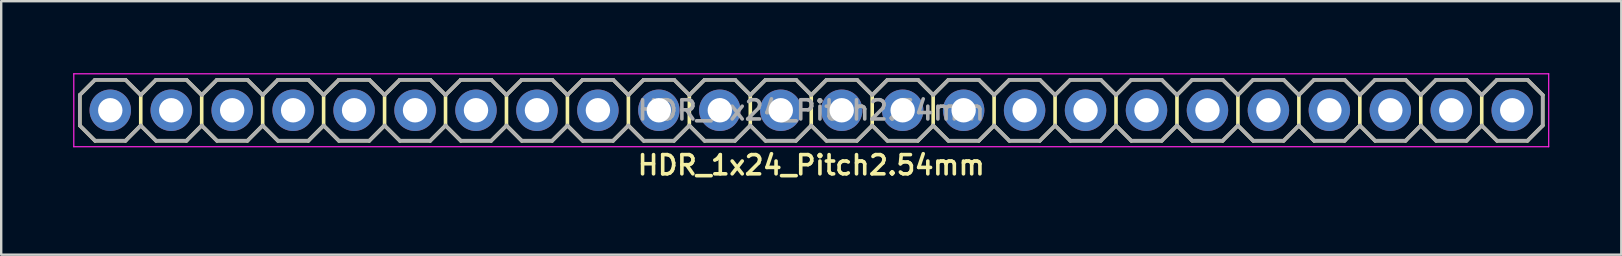
<source format=kicad_pcb>
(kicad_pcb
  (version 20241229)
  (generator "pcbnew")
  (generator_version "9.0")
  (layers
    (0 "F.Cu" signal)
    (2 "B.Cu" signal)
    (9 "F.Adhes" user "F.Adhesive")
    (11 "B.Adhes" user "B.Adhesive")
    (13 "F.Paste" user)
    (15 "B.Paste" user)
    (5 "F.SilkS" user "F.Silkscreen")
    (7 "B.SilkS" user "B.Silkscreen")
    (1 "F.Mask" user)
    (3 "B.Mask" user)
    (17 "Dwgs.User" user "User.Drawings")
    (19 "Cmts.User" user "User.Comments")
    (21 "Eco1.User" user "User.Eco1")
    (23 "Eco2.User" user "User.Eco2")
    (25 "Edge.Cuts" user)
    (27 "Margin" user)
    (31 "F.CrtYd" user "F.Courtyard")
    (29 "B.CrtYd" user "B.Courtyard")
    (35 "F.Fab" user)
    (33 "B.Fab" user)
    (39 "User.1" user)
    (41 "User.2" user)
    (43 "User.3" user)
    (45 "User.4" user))
  (footprint "HDR_1x24_Pitch2.54mm"
    (layer "F.Cu")
    (at 30.755 1.545)
    (property "Reference" "HDR_1x24_Pitch2.54mm" (at 0 2.286 0) (layer "F.SilkS") (effects (font (size 0.8 0.8) (thickness 0.15))))
    (attr through_hole)
    (fp_line (start -30.48 -0.635) (end -30.48 0.635) (stroke (width 0.15) (type solid)) (layer "F.SilkS"))
    (fp_line (start -30.48 0.635) (end -29.845 1.27) (stroke (width 0.15) (type solid)) (layer "F.SilkS"))
    (fp_line (start -29.845 -1.27) (end -30.48 -0.635) (stroke (width 0.15) (type solid)) (layer "F.SilkS"))
    (fp_line (start -29.845 1.27) (end -28.575 1.27) (stroke (width 0.15) (type solid)) (layer "F.SilkS"))
    (fp_line (start -28.575 -1.27) (end -29.845 -1.27) (stroke (width 0.15) (type solid)) (layer "F.SilkS"))
    (fp_line (start -28.575 1.27) (end -27.94 0.635) (stroke (width 0.15) (type solid)) (layer "F.SilkS"))
    (fp_line (start -27.94 -0.635) (end -28.575 -1.27) (stroke (width 0.15) (type solid)) (layer "F.SilkS"))
    (fp_line (start -27.94 -0.635) (end -27.94 0.635) (stroke (width 0.15) (type solid)) (layer "F.SilkS"))
    (fp_line (start -27.94 -0.635) (end -27.305 -1.27) (stroke (width 0.15) (type solid)) (layer "F.SilkS"))
    (fp_line (start -27.305 -1.27) (end -26.035 -1.27) (stroke (width 0.15) (type solid)) (layer "F.SilkS"))
    (fp_line (start -27.305 1.27) (end -27.94 0.635) (stroke (width 0.15) (type solid)) (layer "F.SilkS"))
    (fp_line (start -26.035 -1.27) (end -25.4 -0.635) (stroke (width 0.15) (type solid)) (layer "F.SilkS"))
    (fp_line (start -26.035 1.27) (end -27.305 1.27) (stroke (width 0.15) (type solid)) (layer "F.SilkS"))
    (fp_line (start -25.4 -0.635) (end -25.4 0.635) (stroke (width 0.15) (type solid)) (layer "F.SilkS"))
    (fp_line (start -25.4 -0.635) (end -24.765 -1.27) (stroke (width 0.15) (type solid)) (layer "F.SilkS"))
    (fp_line (start -25.4 0.635) (end -26.035 1.27) (stroke (width 0.15) (type solid)) (layer "F.SilkS"))
    (fp_line (start -24.765 -1.27) (end -23.495 -1.27) (stroke (width 0.15) (type solid)) (layer "F.SilkS"))
    (fp_line (start -24.765 1.27) (end -25.4 0.635) (stroke (width 0.15) (type solid)) (layer "F.SilkS"))
    (fp_line (start -23.495 -1.27) (end -22.86 -0.635) (stroke (width 0.15) (type solid)) (layer "F.SilkS"))
    (fp_line (start -23.495 1.27) (end -24.765 1.27) (stroke (width 0.15) (type solid)) (layer "F.SilkS"))
    (fp_line (start -22.86 -0.635) (end -22.86 0.635) (stroke (width 0.15) (type solid)) (layer "F.SilkS"))
    (fp_line (start -22.86 -0.635) (end -22.225 -1.27) (stroke (width 0.15) (type solid)) (layer "F.SilkS"))
    (fp_line (start -22.86 0.635) (end -23.495 1.27) (stroke (width 0.15) (type solid)) (layer "F.SilkS"))
    (fp_line (start -22.225 -1.27) (end -20.955 -1.27) (stroke (width 0.15) (type solid)) (layer "F.SilkS"))
    (fp_line (start -22.225 1.27) (end -22.86 0.635) (stroke (width 0.15) (type solid)) (layer "F.SilkS"))
    (fp_line (start -20.955 -1.27) (end -20.32 -0.635) (stroke (width 0.15) (type solid)) (layer "F.SilkS"))
    (fp_line (start -20.955 1.27) (end -22.225 1.27) (stroke (width 0.15) (type solid)) (layer "F.SilkS"))
    (fp_line (start -20.32 -0.635) (end -20.32 0.635) (stroke (width 0.15) (type solid)) (layer "F.SilkS"))
    (fp_line (start -20.32 -0.635) (end -19.685 -1.27) (stroke (width 0.15) (type solid)) (layer "F.SilkS"))
    (fp_line (start -20.32 0.635) (end -20.955 1.27) (stroke (width 0.15) (type solid)) (layer "F.SilkS"))
    (fp_line (start -19.685 -1.27) (end -18.415 -1.27) (stroke (width 0.15) (type solid)) (layer "F.SilkS"))
    (fp_line (start -19.685 1.27) (end -20.32 0.635) (stroke (width 0.15) (type solid)) (layer "F.SilkS"))
    (fp_line (start -18.415 -1.27) (end -17.78 -0.635) (stroke (width 0.15) (type solid)) (layer "F.SilkS"))
    (fp_line (start -18.415 1.27) (end -19.685 1.27) (stroke (width 0.15) (type solid)) (layer "F.SilkS"))
    (fp_line (start -17.78 -0.635) (end -17.78 0.635) (stroke (width 0.15) (type solid)) (layer "F.SilkS"))
    (fp_line (start -17.78 -0.635) (end -17.145 -1.27) (stroke (width 0.15) (type solid)) (layer "F.SilkS"))
    (fp_line (start -17.78 0.635) (end -18.415 1.27) (stroke (width 0.15) (type solid)) (layer "F.SilkS"))
    (fp_line (start -17.145 -1.27) (end -15.875 -1.27) (stroke (width 0.15) (type solid)) (layer "F.SilkS"))
    (fp_line (start -17.145 1.27) (end -17.78 0.635) (stroke (width 0.15) (type solid)) (layer "F.SilkS"))
    (fp_line (start -15.875 -1.27) (end -15.24 -0.635) (stroke (width 0.15) (type solid)) (layer "F.SilkS"))
    (fp_line (start -15.875 1.27) (end -17.145 1.27) (stroke (width 0.15) (type solid)) (layer "F.SilkS"))
    (fp_line (start -15.24 -0.635) (end -15.24 0.635) (stroke (width 0.15) (type solid)) (layer "F.SilkS"))
    (fp_line (start -15.24 -0.635) (end -14.605 -1.27) (stroke (width 0.15) (type solid)) (layer "F.SilkS"))
    (fp_line (start -15.24 0.635) (end -15.875 1.27) (stroke (width 0.15) (type solid)) (layer "F.SilkS"))
    (fp_line (start -14.605 -1.27) (end -13.335 -1.27) (stroke (width 0.15) (type solid)) (layer "F.SilkS"))
    (fp_line (start -14.605 1.27) (end -15.24 0.635) (stroke (width 0.15) (type solid)) (layer "F.SilkS"))
    (fp_line (start -13.335 -1.27) (end -12.7 -0.635) (stroke (width 0.15) (type solid)) (layer "F.SilkS"))
    (fp_line (start -13.335 1.27) (end -14.605 1.27) (stroke (width 0.15) (type solid)) (layer "F.SilkS"))
    (fp_line (start -12.7 -0.635) (end -12.7 0.635) (stroke (width 0.15) (type solid)) (layer "F.SilkS"))
    (fp_line (start -12.7 -0.635) (end -12.065 -1.27) (stroke (width 0.15) (type solid)) (layer "F.SilkS"))
    (fp_line (start -12.7 0.635) (end -13.335 1.27) (stroke (width 0.15) (type solid)) (layer "F.SilkS"))
    (fp_line (start -12.065 -1.27) (end -10.795 -1.27) (stroke (width 0.15) (type solid)) (layer "F.SilkS"))
    (fp_line (start -12.065 1.27) (end -12.7 0.635) (stroke (width 0.15) (type solid)) (layer "F.SilkS"))
    (fp_line (start -10.795 -1.27) (end -10.16 -0.635) (stroke (width 0.15) (type solid)) (layer "F.SilkS"))
    (fp_line (start -10.795 1.27) (end -12.065 1.27) (stroke (width 0.15) (type solid)) (layer "F.SilkS"))
    (fp_line (start -10.16 -0.635) (end -10.16 0.635) (stroke (width 0.15) (type solid)) (layer "F.SilkS"))
    (fp_line (start -10.16 -0.635) (end -9.525 -1.27) (stroke (width 0.15) (type solid)) (layer "F.SilkS"))
    (fp_line (start -10.16 0.635) (end -10.795 1.27) (stroke (width 0.15) (type solid)) (layer "F.SilkS"))
    (fp_line (start -9.525 -1.27) (end -8.255 -1.27) (stroke (width 0.15) (type solid)) (layer "F.SilkS"))
    (fp_line (start -9.525 1.27) (end -10.16 0.635) (stroke (width 0.15) (type solid)) (layer "F.SilkS"))
    (fp_line (start -8.255 -1.27) (end -7.62 -0.635) (stroke (width 0.15) (type solid)) (layer "F.SilkS"))
    (fp_line (start -8.255 1.27) (end -9.525 1.27) (stroke (width 0.15) (type solid)) (layer "F.SilkS"))
    (fp_line (start -7.62 -0.635) (end -7.62 0.635) (stroke (width 0.15) (type solid)) (layer "F.SilkS"))
    (fp_line (start -7.62 -0.635) (end -6.985 -1.27) (stroke (width 0.15) (type solid)) (layer "F.SilkS"))
    (fp_line (start -7.62 0.635) (end -8.255 1.27) (stroke (width 0.15) (type solid)) (layer "F.SilkS"))
    (fp_line (start -6.985 -1.27) (end -5.715 -1.27) (stroke (width 0.15) (type solid)) (layer "F.SilkS"))
    (fp_line (start -6.985 1.27) (end -7.62 0.635) (stroke (width 0.15) (type solid)) (layer "F.SilkS"))
    (fp_line (start -5.715 -1.27) (end -5.08 -0.635) (stroke (width 0.15) (type solid)) (layer "F.SilkS"))
    (fp_line (start -5.715 1.27) (end -6.985 1.27) (stroke (width 0.15) (type solid)) (layer "F.SilkS"))
    (fp_line (start -5.08 -0.635) (end -5.08 0.635) (stroke (width 0.15) (type solid)) (layer "F.SilkS"))
    (fp_line (start -5.08 -0.635) (end -4.445 -1.27) (stroke (width 0.15) (type solid)) (layer "F.SilkS"))
    (fp_line (start -5.08 0.635) (end -5.715 1.27) (stroke (width 0.15) (type solid)) (layer "F.SilkS"))
    (fp_line (start -5.08 0.635) (end -4.445 1.27) (stroke (width 0.15) (type solid)) (layer "F.SilkS"))
    (fp_line (start -4.445 -1.27) (end -3.175 -1.27) (stroke (width 0.15) (type solid)) (layer "F.SilkS"))
    (fp_line (start -4.445 1.27) (end -3.175 1.27) (stroke (width 0.15) (type solid)) (layer "F.SilkS"))
    (fp_line (start -3.175 -1.27) (end -2.54 -0.635) (stroke (width 0.15) (type solid)) (layer "F.SilkS"))
    (fp_line (start -3.175 1.27) (end -2.54 0.635) (stroke (width 0.15) (type solid)) (layer "F.SilkS"))
    (fp_line (start -2.54 -0.635) (end -2.54 0.635) (stroke (width 0.15) (type solid)) (layer "F.SilkS"))
    (fp_line (start -2.54 -0.635) (end -1.905 -1.27) (stroke (width 0.15) (type solid)) (layer "F.SilkS"))
    (fp_line (start -2.54 0.635) (end -1.905 1.27) (stroke (width 0.15) (type solid)) (layer "F.SilkS"))
    (fp_line (start -1.905 -1.27) (end -0.635 -1.27) (stroke (width 0.15) (type solid)) (layer "F.SilkS"))
    (fp_line (start -1.905 1.27) (end -0.635 1.27) (stroke (width 0.15) (type solid)) (layer "F.SilkS"))
    (fp_line (start -0.635 -1.27) (end 0 -0.635) (stroke (width 0.15) (type solid)) (layer "F.SilkS"))
    (fp_line (start -0.635 1.27) (end 0 0.635) (stroke (width 0.15) (type solid)) (layer "F.SilkS"))
    (fp_line (start 0 -0.635) (end 0 0.635) (stroke (width 0.15) (type solid)) (layer "F.SilkS"))
    (fp_line (start 0 -0.635) (end 0.635 -1.27) (stroke (width 0.15) (type solid)) (layer "F.SilkS"))
    (fp_line (start 0 0.635) (end 0.635 1.27) (stroke (width 0.15) (type solid)) (layer "F.SilkS"))
    (fp_line (start 0.635 -1.27) (end 1.905 -1.27) (stroke (width 0.15) (type solid)) (layer "F.SilkS"))
    (fp_line (start 0.635 1.27) (end 1.905 1.27) (stroke (width 0.15) (type solid)) (layer "F.SilkS"))
    (fp_line (start 1.905 -1.27) (end 2.54 -0.635) (stroke (width 0.15) (type solid)) (layer "F.SilkS"))
    (fp_line (start 1.905 1.27) (end 2.54 0.635) (stroke (width 0.15) (type solid)) (layer "F.SilkS"))
    (fp_line (start 2.54 -0.635) (end 2.54 0.635) (stroke (width 0.15) (type solid)) (layer "F.SilkS"))
    (fp_line (start 2.54 -0.635) (end 3.175 -1.27) (stroke (width 0.15) (type solid)) (layer "F.SilkS"))
    (fp_line (start 2.54 0.635) (end 3.175 1.27) (stroke (width 0.15) (type solid)) (layer "F.SilkS"))
    (fp_line (start 3.175 -1.27) (end 4.445 -1.27) (stroke (width 0.15) (type solid)) (layer "F.SilkS"))
    (fp_line (start 3.175 1.27) (end 4.445 1.27) (stroke (width 0.15) (type solid)) (layer "F.SilkS"))
    (fp_line (start 4.445 -1.27) (end 5.08 -0.635) (stroke (width 0.15) (type solid)) (layer "F.SilkS"))
    (fp_line (start 4.445 1.27) (end 5.08 0.635) (stroke (width 0.15) (type solid)) (layer "F.SilkS"))
    (fp_line (start 5.08 -0.635) (end 5.08 0.635) (stroke (width 0.15) (type solid)) (layer "F.SilkS"))
    (fp_line (start 5.08 -0.635) (end 5.715 -1.27) (stroke (width 0.15) (type solid)) (layer "F.SilkS"))
    (fp_line (start 5.715 -1.27) (end 6.985 -1.27) (stroke (width 0.15) (type solid)) (layer "F.SilkS"))
    (fp_line (start 5.715 1.27) (end 5.08 0.635) (stroke (width 0.15) (type solid)) (layer "F.SilkS"))
    (fp_line (start 6.985 -1.27) (end 7.62 -0.635) (stroke (width 0.15) (type solid)) (layer "F.SilkS"))
    (fp_line (start 6.985 1.27) (end 5.715 1.27) (stroke (width 0.15) (type solid)) (layer "F.SilkS"))
    (fp_line (start 7.62 -0.635) (end 7.62 0.635) (stroke (width 0.15) (type solid)) (layer "F.SilkS"))
    (fp_line (start 7.62 0.635) (end 6.985 1.27) (stroke (width 0.15) (type solid)) (layer "F.SilkS"))
    (fp_line (start 7.62 0.635) (end 8.255 1.27) (stroke (width 0.15) (type solid)) (layer "F.SilkS"))
    (fp_line (start 8.255 -1.27) (end 7.62 -0.635) (stroke (width 0.15) (type solid)) (layer "F.SilkS"))
    (fp_line (start 8.255 1.27) (end 9.525 1.27) (stroke (width 0.15) (type solid)) (layer "F.SilkS"))
    (fp_line (start 9.525 -1.27) (end 8.255 -1.27) (stroke (width 0.15) (type solid)) (layer "F.SilkS"))
    (fp_line (start 9.525 1.27) (end 10.16 0.635) (stroke (width 0.15) (type solid)) (layer "F.SilkS"))
    (fp_line (start 10.16 -0.635) (end 9.525 -1.27) (stroke (width 0.15) (type solid)) (layer "F.SilkS"))
    (fp_line (start 10.16 -0.635) (end 10.795 -1.27) (stroke (width 0.15) (type solid)) (layer "F.SilkS"))
    (fp_line (start 10.16 0.635) (end 10.16 -0.635) (stroke (width 0.15) (type solid)) (layer "F.SilkS"))
    (fp_line (start 10.795 -1.27) (end 12.065 -1.27) (stroke (width 0.15) (type solid)) (layer "F.SilkS"))
    (fp_line (start 10.795 1.27) (end 10.16 0.635) (stroke (width 0.15) (type solid)) (layer "F.SilkS"))
    (fp_line (start 12.065 -1.27) (end 12.7 -0.635) (stroke (width 0.15) (type solid)) (layer "F.SilkS"))
    (fp_line (start 12.065 1.27) (end 10.795 1.27) (stroke (width 0.15) (type solid)) (layer "F.SilkS"))
    (fp_line (start 12.7 -0.635) (end 12.7 0.635) (stroke (width 0.15) (type solid)) (layer "F.SilkS"))
    (fp_line (start 12.7 -0.635) (end 13.335 -1.27) (stroke (width 0.15) (type solid)) (layer "F.SilkS"))
    (fp_line (start 12.7 0.635) (end 12.065 1.27) (stroke (width 0.15) (type solid)) (layer "F.SilkS"))
    (fp_line (start 13.335 -1.27) (end 14.605 -1.27) (stroke (width 0.15) (type solid)) (layer "F.SilkS"))
    (fp_line (start 13.335 1.27) (end 12.7 0.635) (stroke (width 0.15) (type solid)) (layer "F.SilkS"))
    (fp_line (start 14.605 -1.27) (end 15.24 -0.635) (stroke (width 0.15) (type solid)) (layer "F.SilkS"))
    (fp_line (start 14.605 1.27) (end 13.335 1.27) (stroke (width 0.15) (type solid)) (layer "F.SilkS"))
    (fp_line (start 15.24 -0.635) (end 15.875 -1.27) (stroke (width 0.15) (type solid)) (layer "F.SilkS"))
    (fp_line (start 15.24 0.635) (end 14.605 1.27) (stroke (width 0.15) (type solid)) (layer "F.SilkS"))
    (fp_line (start 15.24 0.635) (end 15.24 -0.635) (stroke (width 0.15) (type solid)) (layer "F.SilkS"))
    (fp_line (start 15.875 -1.27) (end 17.145 -1.27) (stroke (width 0.15) (type solid)) (layer "F.SilkS"))
    (fp_line (start 15.875 1.27) (end 15.24 0.635) (stroke (width 0.15) (type solid)) (layer "F.SilkS"))
    (fp_line (start 17.145 -1.27) (end 17.78 -0.635) (stroke (width 0.15) (type solid)) (layer "F.SilkS"))
    (fp_line (start 17.145 1.27) (end 15.875 1.27) (stroke (width 0.15) (type solid)) (layer "F.SilkS"))
    (fp_line (start 17.78 -0.635) (end 18.415 -1.27) (stroke (width 0.15) (type solid)) (layer "F.SilkS"))
    (fp_line (start 17.78 0.635) (end 17.145 1.27) (stroke (width 0.15) (type solid)) (layer "F.SilkS"))
    (fp_line (start 17.78 0.635) (end 17.78 -0.635) (stroke (width 0.15) (type solid)) (layer "F.SilkS"))
    (fp_line (start 18.415 -1.27) (end 19.685 -1.27) (stroke (width 0.15) (type solid)) (layer "F.SilkS"))
    (fp_line (start 18.415 1.27) (end 17.78 0.635) (stroke (width 0.15) (type solid)) (layer "F.SilkS"))
    (fp_line (start 18.415 1.27) (end 19.685 1.27) (stroke (width 0.15) (type solid)) (layer "F.SilkS"))
    (fp_line (start 19.685 -1.27) (end 20.32 -0.635) (stroke (width 0.15) (type solid)) (layer "F.SilkS"))
    (fp_line (start 19.685 1.27) (end 20.32 0.635) (stroke (width 0.15) (type solid)) (layer "F.SilkS"))
    (fp_line (start 20.32 -0.635) (end 20.955 -1.27) (stroke (width 0.15) (type solid)) (layer "F.SilkS"))
    (fp_line (start 20.32 0.635) (end 20.32 -0.635) (stroke (width 0.15) (type solid)) (layer "F.SilkS"))
    (fp_line (start 20.32 0.635) (end 20.955 1.27) (stroke (width 0.15) (type solid)) (layer "F.SilkS"))
    (fp_line (start 20.955 -1.27) (end 22.225 -1.27) (stroke (width 0.15) (type solid)) (layer "F.SilkS"))
    (fp_line (start 20.955 1.27) (end 22.225 1.27) (stroke (width 0.15) (type solid)) (layer "F.SilkS"))
    (fp_line (start 22.225 -1.27) (end 22.86 -0.635) (stroke (width 0.15) (type solid)) (layer "F.SilkS"))
    (fp_line (start 22.225 1.27) (end 22.86 0.635) (stroke (width 0.15) (type solid)) (layer "F.SilkS"))
    (fp_line (start 22.86 -0.635) (end 23.495 -1.27) (stroke (width 0.15) (type solid)) (layer "F.SilkS"))
    (fp_line (start 22.86 0.635) (end 22.86 -0.635) (stroke (width 0.15) (type solid)) (layer "F.SilkS"))
    (fp_line (start 22.86 0.635) (end 23.495 1.27) (stroke (width 0.15) (type solid)) (layer "F.SilkS"))
    (fp_line (start 23.495 -1.27) (end 24.765 -1.27) (stroke (width 0.15) (type solid)) (layer "F.SilkS"))
    (fp_line (start 23.495 1.27) (end 24.765 1.27) (stroke (width 0.15) (type solid)) (layer "F.SilkS"))
    (fp_line (start 24.765 -1.27) (end 25.4 -0.635) (stroke (width 0.15) (type solid)) (layer "F.SilkS"))
    (fp_line (start 24.765 1.27) (end 25.4 0.635) (stroke (width 0.15) (type solid)) (layer "F.SilkS"))
    (fp_line (start 25.4 -0.635) (end 26.035 -1.27) (stroke (width 0.15) (type solid)) (layer "F.SilkS"))
    (fp_line (start 25.4 0.635) (end 25.4 -0.635) (stroke (width 0.15) (type solid)) (layer "F.SilkS"))
    (fp_line (start 25.4 0.635) (end 26.035 1.27) (stroke (width 0.15) (type solid)) (layer "F.SilkS"))
    (fp_line (start 26.035 -1.27) (end 27.305 -1.27) (stroke (width 0.15) (type solid)) (layer "F.SilkS"))
    (fp_line (start 26.035 1.27) (end 27.305 1.27) (stroke (width 0.15) (type solid)) (layer "F.SilkS"))
    (fp_line (start 27.305 -1.27) (end 27.94 -0.635) (stroke (width 0.15) (type solid)) (layer "F.SilkS"))
    (fp_line (start 27.305 1.27) (end 27.94 0.635) (stroke (width 0.15) (type solid)) (layer "F.SilkS"))
    (fp_line (start 27.94 -0.635) (end 28.575 -1.27) (stroke (width 0.15) (type solid)) (layer "F.SilkS"))
    (fp_line (start 27.94 0.635) (end 27.94 -0.635) (stroke (width 0.15) (type solid)) (layer "F.SilkS"))
    (fp_line (start 27.94 0.635) (end 28.575 1.27) (stroke (width 0.15) (type solid)) (layer "F.SilkS"))
    (fp_line (start 28.575 -1.27) (end 29.845 -1.27) (stroke (width 0.15) (type solid)) (layer "F.SilkS"))
    (fp_line (start 28.575 1.27) (end 29.845 1.27) (stroke (width 0.15) (type solid)) (layer "F.SilkS"))
    (fp_line (start 29.845 -1.27) (end 30.48 -0.635) (stroke (width 0.15) (type solid)) (layer "F.SilkS"))
    (fp_line (start 29.845 1.27) (end 30.48 0.635) (stroke (width 0.15) (type solid)) (layer "F.SilkS"))
    (fp_line (start 30.48 0.635) (end 30.48 -0.635) (stroke (width 0.15) (type solid)) (layer "F.SilkS"))
    (fp_line (start -30.73 -1.52) (end -30.73 1.52) (stroke (width 0.05) (type solid)) (layer "F.CrtYd"))
    (fp_line (start -30.73 1.52) (end 30.73 1.52) (stroke (width 0.05) (type solid)) (layer "F.CrtYd"))
    (fp_line (start 30.73 -1.52) (end -30.73 -1.52) (stroke (width 0.05) (type solid)) (layer "F.CrtYd"))
    (fp_line (start 30.73 1.52) (end 30.73 -1.52) (stroke (width 0.05) (type solid)) (layer "F.CrtYd"))
    (fp_line (start -30.48 -0.635) (end -29.845 -1.27) (stroke (width 0.15) (type solid)) (layer "F.Fab"))
    (fp_line (start -30.48 0.635) (end -30.48 -0.635) (stroke (width 0.15) (type solid)) (layer "F.Fab"))
    (fp_line (start -29.845 -1.27) (end -28.575 -1.27) (stroke (width 0.15) (type solid)) (layer "F.Fab"))
    (fp_line (start -29.845 1.27) (end -30.48 0.635) (stroke (width 0.15) (type solid)) (layer "F.Fab"))
    (fp_line (start -28.575 -1.27) (end -27.94 -0.635) (stroke (width 0.15) (type solid)) (layer "F.Fab"))
    (fp_line (start -28.575 1.27) (end -29.845 1.27) (stroke (width 0.15) (type solid)) (layer "F.Fab"))
    (fp_line (start -27.94 -0.635) (end -27.305 -1.27) (stroke (width 0.15) (type solid)) (layer "F.Fab"))
    (fp_line (start -27.94 0.635) (end -28.575 1.27) (stroke (width 0.15) (type solid)) (layer "F.Fab"))
    (fp_line (start -27.305 -1.27) (end -26.035 -1.27) (stroke (width 0.15) (type solid)) (layer "F.Fab"))
    (fp_line (start -27.305 1.27) (end -27.94 0.635) (stroke (width 0.15) (type solid)) (layer "F.Fab"))
    (fp_line (start -26.035 -1.27) (end -25.4 -0.635) (stroke (width 0.15) (type solid)) (layer "F.Fab"))
    (fp_line (start -26.035 1.27) (end -27.305 1.27) (stroke (width 0.15) (type solid)) (layer "F.Fab"))
    (fp_line (start -25.4 -0.635) (end -24.765 -1.27) (stroke (width 0.15) (type solid)) (layer "F.Fab"))
    (fp_line (start -25.4 0.635) (end -26.035 1.27) (stroke (width 0.15) (type solid)) (layer "F.Fab"))
    (fp_line (start -24.765 -1.27) (end -23.495 -1.27) (stroke (width 0.15) (type solid)) (layer "F.Fab"))
    (fp_line (start -24.765 1.27) (end -25.4 0.635) (stroke (width 0.15) (type solid)) (layer "F.Fab"))
    (fp_line (start -23.495 -1.27) (end -22.86 -0.635) (stroke (width 0.15) (type solid)) (layer "F.Fab"))
    (fp_line (start -23.495 1.27) (end -24.765 1.27) (stroke (width 0.15) (type solid)) (layer "F.Fab"))
    (fp_line (start -22.86 -0.635) (end -22.225 -1.27) (stroke (width 0.15) (type solid)) (layer "F.Fab"))
    (fp_line (start -22.86 0.635) (end -23.495 1.27) (stroke (width 0.15) (type solid)) (layer "F.Fab"))
    (fp_line (start -22.225 -1.27) (end -20.955 -1.27) (stroke (width 0.15) (type solid)) (layer "F.Fab"))
    (fp_line (start -22.225 1.27) (end -22.86 0.635) (stroke (width 0.15) (type solid)) (layer "F.Fab"))
    (fp_line (start -20.955 -1.27) (end -20.32 -0.635) (stroke (width 0.15) (type solid)) (layer "F.Fab"))
    (fp_line (start -20.955 1.27) (end -22.225 1.27) (stroke (width 0.15) (type solid)) (layer "F.Fab"))
    (fp_line (start -20.32 -0.635) (end -19.685 -1.27) (stroke (width 0.15) (type solid)) (layer "F.Fab"))
    (fp_line (start -20.32 0.635) (end -20.955 1.27) (stroke (width 0.15) (type solid)) (layer "F.Fab"))
    (fp_line (start -19.685 -1.27) (end -18.415 -1.27) (stroke (width 0.15) (type solid)) (layer "F.Fab"))
    (fp_line (start -19.685 1.27) (end -20.32 0.635) (stroke (width 0.15) (type solid)) (layer "F.Fab"))
    (fp_line (start -18.415 -1.27) (end -17.78 -0.635) (stroke (width 0.15) (type solid)) (layer "F.Fab"))
    (fp_line (start -18.415 1.27) (end -19.685 1.27) (stroke (width 0.15) (type solid)) (layer "F.Fab"))
    (fp_line (start -17.78 -0.635) (end -17.145 -1.27) (stroke (width 0.15) (type solid)) (layer "F.Fab"))
    (fp_line (start -17.78 0.635) (end -18.415 1.27) (stroke (width 0.15) (type solid)) (layer "F.Fab"))
    (fp_line (start -17.145 -1.27) (end -15.875 -1.27) (stroke (width 0.15) (type solid)) (layer "F.Fab"))
    (fp_line (start -17.145 1.27) (end -17.78 0.635) (stroke (width 0.15) (type solid)) (layer "F.Fab"))
    (fp_line (start -15.875 -1.27) (end -15.24 -0.635) (stroke (width 0.15) (type solid)) (layer "F.Fab"))
    (fp_line (start -15.875 1.27) (end -17.145 1.27) (stroke (width 0.15) (type solid)) (layer "F.Fab"))
    (fp_line (start -15.24 -0.635) (end -14.605 -1.27) (stroke (width 0.15) (type solid)) (layer "F.Fab"))
    (fp_line (start -15.24 0.635) (end -15.875 1.27) (stroke (width 0.15) (type solid)) (layer "F.Fab"))
    (fp_line (start -14.605 -1.27) (end -13.335 -1.27) (stroke (width 0.15) (type solid)) (layer "F.Fab"))
    (fp_line (start -14.605 1.27) (end -15.24 0.635) (stroke (width 0.15) (type solid)) (layer "F.Fab"))
    (fp_line (start -13.335 -1.27) (end -12.7 -0.635) (stroke (width 0.15) (type solid)) (layer "F.Fab"))
    (fp_line (start -13.335 1.27) (end -14.605 1.27) (stroke (width 0.15) (type solid)) (layer "F.Fab"))
    (fp_line (start -12.7 -0.635) (end -12.065 -1.27) (stroke (width 0.15) (type solid)) (layer "F.Fab"))
    (fp_line (start -12.7 0.635) (end -13.335 1.27) (stroke (width 0.15) (type solid)) (layer "F.Fab"))
    (fp_line (start -12.065 -1.27) (end -10.795 -1.27) (stroke (width 0.15) (type solid)) (layer "F.Fab"))
    (fp_line (start -12.065 1.27) (end -12.7 0.635) (stroke (width 0.15) (type solid)) (layer "F.Fab"))
    (fp_line (start -10.795 -1.27) (end -10.16 -0.635) (stroke (width 0.15) (type solid)) (layer "F.Fab"))
    (fp_line (start -10.795 1.27) (end -12.065 1.27) (stroke (width 0.15) (type solid)) (layer "F.Fab"))
    (fp_line (start -10.16 -0.635) (end -9.525 -1.27) (stroke (width 0.15) (type solid)) (layer "F.Fab"))
    (fp_line (start -10.16 0.635) (end -10.795 1.27) (stroke (width 0.15) (type solid)) (layer "F.Fab"))
    (fp_line (start -9.525 -1.27) (end -8.255 -1.27) (stroke (width 0.15) (type solid)) (layer "F.Fab"))
    (fp_line (start -9.525 1.27) (end -10.16 0.635) (stroke (width 0.15) (type solid)) (layer "F.Fab"))
    (fp_line (start -8.255 -1.27) (end -7.62 -0.635) (stroke (width 0.15) (type solid)) (layer "F.Fab"))
    (fp_line (start -8.255 1.27) (end -9.525 1.27) (stroke (width 0.15) (type solid)) (layer "F.Fab"))
    (fp_line (start -7.62 -0.635) (end -6.985 -1.27) (stroke (width 0.15) (type solid)) (layer "F.Fab"))
    (fp_line (start -7.62 0.635) (end -8.255 1.27) (stroke (width 0.15) (type solid)) (layer "F.Fab"))
    (fp_line (start -6.985 -1.27) (end -5.715 -1.27) (stroke (width 0.15) (type solid)) (layer "F.Fab"))
    (fp_line (start -6.985 1.27) (end -7.62 0.635) (stroke (width 0.15) (type solid)) (layer "F.Fab"))
    (fp_line (start -5.715 -1.27) (end -5.08 -0.635) (stroke (width 0.15) (type solid)) (layer "F.Fab"))
    (fp_line (start -5.715 1.27) (end -6.985 1.27) (stroke (width 0.15) (type solid)) (layer "F.Fab"))
    (fp_line (start -5.08 -0.635) (end -4.445 -1.27) (stroke (width 0.15) (type solid)) (layer "F.Fab"))
    (fp_line (start -5.08 0.635) (end -5.715 1.27) (stroke (width 0.15) (type solid)) (layer "F.Fab"))
    (fp_line (start -4.445 -1.27) (end -3.175 -1.27) (stroke (width 0.15) (type solid)) (layer "F.Fab"))
    (fp_line (start -4.445 1.27) (end -5.08 0.635) (stroke (width 0.15) (type solid)) (layer "F.Fab"))
    (fp_line (start -3.175 -1.27) (end -2.54 -0.635) (stroke (width 0.15) (type solid)) (layer "F.Fab"))
    (fp_line (start -3.175 1.27) (end -4.445 1.27) (stroke (width 0.15) (type solid)) (layer "F.Fab"))
    (fp_line (start -2.54 -0.635) (end -1.905 -1.27) (stroke (width 0.15) (type solid)) (layer "F.Fab"))
    (fp_line (start -2.54 0.635) (end -3.175 1.27) (stroke (width 0.15) (type solid)) (layer "F.Fab"))
    (fp_line (start -1.905 -1.27) (end -0.635 -1.27) (stroke (width 0.15) (type solid)) (layer "F.Fab"))
    (fp_line (start -1.905 1.27) (end -2.54 0.635) (stroke (width 0.15) (type solid)) (layer "F.Fab"))
    (fp_line (start -0.635 -1.27) (end 0 -0.635) (stroke (width 0.15) (type solid)) (layer "F.Fab"))
    (fp_line (start -0.635 1.27) (end -1.905 1.27) (stroke (width 0.15) (type solid)) (layer "F.Fab"))
    (fp_line (start 0 -0.635) (end 0.635 -1.27) (stroke (width 0.15) (type solid)) (layer "F.Fab"))
    (fp_line (start 0 0.635) (end -0.635 1.27) (stroke (width 0.15) (type solid)) (layer "F.Fab"))
    (fp_line (start 0.635 -1.27) (end 1.905 -1.27) (stroke (width 0.15) (type solid)) (layer "F.Fab"))
    (fp_line (start 0.635 1.27) (end 0 0.635) (stroke (width 0.15) (type solid)) (layer "F.Fab"))
    (fp_line (start 1.905 -1.27) (end 2.54 -0.635) (stroke (width 0.15) (type solid)) (layer "F.Fab"))
    (fp_line (start 1.905 1.27) (end 0.635 1.27) (stroke (width 0.15) (type solid)) (layer "F.Fab"))
    (fp_line (start 2.54 -0.635) (end 3.175 -1.27) (stroke (width 0.15) (type solid)) (layer "F.Fab"))
    (fp_line (start 2.54 0.635) (end 1.905 1.27) (stroke (width 0.15) (type solid)) (layer "F.Fab"))
    (fp_line (start 3.175 -1.27) (end 4.445 -1.27) (stroke (width 0.15) (type solid)) (layer "F.Fab"))
    (fp_line (start 3.175 1.27) (end 2.54 0.635) (stroke (width 0.15) (type solid)) (layer "F.Fab"))
    (fp_line (start 4.445 -1.27) (end 5.08 -0.635) (stroke (width 0.15) (type solid)) (layer "F.Fab"))
    (fp_line (start 4.445 1.27) (end 3.175 1.27) (stroke (width 0.15) (type solid)) (layer "F.Fab"))
    (fp_line (start 5.08 -0.635) (end 5.715 -1.27) (stroke (width 0.15) (type solid)) (layer "F.Fab"))
    (fp_line (start 5.08 0.635) (end 4.445 1.27) (stroke (width 0.15) (type solid)) (layer "F.Fab"))
    (fp_line (start 5.715 -1.27) (end 6.985 -1.27) (stroke (width 0.15) (type solid)) (layer "F.Fab"))
    (fp_line (start 5.715 1.27) (end 5.08 0.635) (stroke (width 0.15) (type solid)) (layer "F.Fab"))
    (fp_line (start 6.985 -1.27) (end 7.62 -0.635) (stroke (width 0.15) (type solid)) (layer "F.Fab"))
    (fp_line (start 6.985 1.27) (end 5.715 1.27) (stroke (width 0.15) (type solid)) (layer "F.Fab"))
    (fp_line (start 7.62 -0.635) (end 7.62 -0.635) (stroke (width 0.15) (type solid)) (layer "F.Fab"))
    (fp_line (start 7.62 0.635) (end 6.985 1.27) (stroke (width 0.15) (type solid)) (layer "F.Fab"))
    (fp_line (start 8.255 -1.27) (end 7.62 -0.635) (stroke (width 0.15) (type solid)) (layer "F.Fab"))
    (fp_line (start 8.255 -1.27) (end 9.525 -1.27) (stroke (width 0.15) (type solid)) (layer "F.Fab"))
    (fp_line (start 8.255 1.27) (end 7.62 0.635) (stroke (width 0.15) (type solid)) (layer "F.Fab"))
    (fp_line (start 9.525 -1.27) (end 10.16 -0.635) (stroke (width 0.15) (type solid)) (layer "F.Fab"))
    (fp_line (start 9.525 1.27) (end 8.255 1.27) (stroke (width 0.15) (type solid)) (layer "F.Fab"))
    (fp_line (start 10.16 -0.635) (end 10.795 -1.27) (stroke (width 0.15) (type solid)) (layer "F.Fab"))
    (fp_line (start 10.16 0.635) (end 9.525 1.27) (stroke (width 0.15) (type solid)) (layer "F.Fab"))
    (fp_line (start 10.795 -1.27) (end 12.065 -1.27) (stroke (width 0.15) (type solid)) (layer "F.Fab"))
    (fp_line (start 10.795 1.27) (end 10.16 0.635) (stroke (width 0.15) (type solid)) (layer "F.Fab"))
    (fp_line (start 12.065 -1.27) (end 12.7 -0.635) (stroke (width 0.15) (type solid)) (layer "F.Fab"))
    (fp_line (start 12.065 1.27) (end 10.795 1.27) (stroke (width 0.15) (type solid)) (layer "F.Fab"))
    (fp_line (start 12.7 -0.635) (end 13.335 -1.27) (stroke (width 0.15) (type solid)) (layer "F.Fab"))
    (fp_line (start 12.7 0.635) (end 12.065 1.27) (stroke (width 0.15) (type solid)) (layer "F.Fab"))
    (fp_line (start 13.335 -1.27) (end 14.605 -1.27) (stroke (width 0.15) (type solid)) (layer "F.Fab"))
    (fp_line (start 13.335 1.27) (end 12.7 0.635) (stroke (width 0.15) (type solid)) (layer "F.Fab"))
    (fp_line (start 14.605 -1.27) (end 15.24 -0.635) (stroke (width 0.15) (type solid)) (layer "F.Fab"))
    (fp_line (start 14.605 1.27) (end 13.335 1.27) (stroke (width 0.15) (type solid)) (layer "F.Fab"))
    (fp_line (start 15.24 -0.635) (end 15.875 -1.27) (stroke (width 0.15) (type solid)) (layer "F.Fab"))
    (fp_line (start 15.24 0.635) (end 14.605 1.27) (stroke (width 0.15) (type solid)) (layer "F.Fab"))
    (fp_line (start 15.875 -1.27) (end 17.145 -1.27) (stroke (width 0.15) (type solid)) (layer "F.Fab"))
    (fp_line (start 15.875 1.27) (end 15.24 0.635) (stroke (width 0.15) (type solid)) (layer "F.Fab"))
    (fp_line (start 17.145 -1.27) (end 17.78 -0.635) (stroke (width 0.15) (type solid)) (layer "F.Fab"))
    (fp_line (start 17.145 1.27) (end 15.875 1.27) (stroke (width 0.15) (type solid)) (layer "F.Fab"))
    (fp_line (start 17.78 -0.635) (end 18.415 -1.27) (stroke (width 0.15) (type solid)) (layer "F.Fab"))
    (fp_line (start 17.78 0.635) (end 17.145 1.27) (stroke (width 0.15) (type solid)) (layer "F.Fab"))
    (fp_line (start 18.415 -1.27) (end 19.685 -1.27) (stroke (width 0.15) (type solid)) (layer "F.Fab"))
    (fp_line (start 18.415 1.27) (end 17.78 0.635) (stroke (width 0.15) (type solid)) (layer "F.Fab"))
    (fp_line (start 19.685 -1.27) (end 20.32 -0.635) (stroke (width 0.15) (type solid)) (layer "F.Fab"))
    (fp_line (start 19.685 1.27) (end 18.415 1.27) (stroke (width 0.15) (type solid)) (layer "F.Fab"))
    (fp_line (start 20.32 -0.635) (end 20.955 -1.27) (stroke (width 0.15) (type solid)) (layer "F.Fab"))
    (fp_line (start 20.32 0.635) (end 19.685 1.27) (stroke (width 0.15) (type solid)) (layer "F.Fab"))
    (fp_line (start 20.955 -1.27) (end 22.225 -1.27) (stroke (width 0.15) (type solid)) (layer "F.Fab"))
    (fp_line (start 20.955 1.27) (end 20.32 0.635) (stroke (width 0.15) (type solid)) (layer "F.Fab"))
    (fp_line (start 22.225 -1.27) (end 22.86 -0.635) (stroke (width 0.15) (type solid)) (layer "F.Fab"))
    (fp_line (start 22.225 1.27) (end 20.955 1.27) (stroke (width 0.15) (type solid)) (layer "F.Fab"))
    (fp_line (start 22.86 -0.635) (end 23.495 -1.27) (stroke (width 0.15) (type solid)) (layer "F.Fab"))
    (fp_line (start 22.86 0.635) (end 22.225 1.27) (stroke (width 0.15) (type solid)) (layer "F.Fab"))
    (fp_line (start 23.495 -1.27) (end 24.765 -1.27) (stroke (width 0.15) (type solid)) (layer "F.Fab"))
    (fp_line (start 23.495 1.27) (end 22.86 0.635) (stroke (width 0.15) (type solid)) (layer "F.Fab"))
    (fp_line (start 24.765 -1.27) (end 25.4 -0.635) (stroke (width 0.15) (type solid)) (layer "F.Fab"))
    (fp_line (start 24.765 1.27) (end 23.495 1.27) (stroke (width 0.15) (type solid)) (layer "F.Fab"))
    (fp_line (start 25.4 -0.635) (end 26.035 -1.27) (stroke (width 0.15) (type solid)) (layer "F.Fab"))
    (fp_line (start 25.4 0.635) (end 24.765 1.27) (stroke (width 0.15) (type solid)) (layer "F.Fab"))
    (fp_line (start 26.035 -1.27) (end 27.305 -1.27) (stroke (width 0.15) (type solid)) (layer "F.Fab"))
    (fp_line (start 26.035 1.27) (end 25.4 0.635) (stroke (width 0.15) (type solid)) (layer "F.Fab"))
    (fp_line (start 27.305 -1.27) (end 27.94 -0.635) (stroke (width 0.15) (type solid)) (layer "F.Fab"))
    (fp_line (start 27.305 1.27) (end 26.035 1.27) (stroke (width 0.15) (type solid)) (layer "F.Fab"))
    (fp_line (start 27.94 -0.635) (end 28.575 -1.27) (stroke (width 0.15) (type solid)) (layer "F.Fab"))
    (fp_line (start 27.94 0.635) (end 27.305 1.27) (stroke (width 0.15) (type solid)) (layer "F.Fab"))
    (fp_line (start 28.575 -1.27) (end 29.845 -1.27) (stroke (width 0.15) (type solid)) (layer "F.Fab"))
    (fp_line (start 28.575 1.27) (end 27.94 0.635) (stroke (width 0.15) (type solid)) (layer "F.Fab"))
    (fp_line (start 29.845 -1.27) (end 30.48 -0.635) (stroke (width 0.15) (type solid)) (layer "F.Fab"))
    (fp_line (start 29.845 1.27) (end 28.575 1.27) (stroke (width 0.15) (type solid)) (layer "F.Fab"))
    (fp_line (start 30.48 -0.635) (end 30.48 0.635) (stroke (width 0.15) (type solid)) (layer "F.Fab"))
    (fp_line (start 30.48 0.635) (end 29.845 1.27) (stroke (width 0.15) (type solid)) (layer "F.Fab"))
    (fp_text user "${REFERENCE}" (at 0 0 0) (layer "F.Fab") (effects (font (size 0.8 0.8) (thickness 0.15))))
    (pad "1" thru_hole oval (at -29.21 0) (size 1.727 1.727) (drill 1.016) (layers "*.Cu" "*.Mask"))
    (pad "2" thru_hole oval (at -26.67 0) (size 1.727 1.727) (drill 1.016) (layers "*.Cu" "*.Mask"))
    (pad "3" thru_hole oval (at -24.13 0) (size 1.727 1.727) (drill 1.016) (layers "*.Cu" "*.Mask"))
    (pad "4" thru_hole oval (at -21.59 0) (size 1.727 1.727) (drill 1.016) (layers "*.Cu" "*.Mask"))
    (pad "5" thru_hole oval (at -19.05 0) (size 1.727 1.727) (drill 1.016) (layers "*.Cu" "*.Mask"))
    (pad "6" thru_hole oval (at -16.51 0) (size 1.727 1.727) (drill 1.016) (layers "*.Cu" "*.Mask"))
    (pad "7" thru_hole oval (at -13.97 0) (size 1.727 1.727) (drill 1.016) (layers "*.Cu" "*.Mask"))
    (pad "8" thru_hole oval (at -11.43 0) (size 1.727 1.727) (drill 1.016) (layers "*.Cu" "*.Mask"))
    (pad "9" thru_hole oval (at -8.89 0) (size 1.727 1.727) (drill 1.016) (layers "*.Cu" "*.Mask"))
    (pad "10" thru_hole oval (at -6.35 0) (size 1.727 1.727) (drill 1.016) (layers "*.Cu" "*.Mask"))
    (pad "11" thru_hole oval (at -3.81 0) (size 1.727 1.727) (drill 1.016) (layers "*.Cu" "*.Mask"))
    (pad "12" thru_hole oval (at -1.27 0) (size 1.727 1.727) (drill 1.016) (layers "*.Cu" "*.Mask"))
    (pad "13" thru_hole oval (at 1.27 0) (size 1.727 1.727) (drill 1.016) (layers "*.Cu" "*.Mask"))
    (pad "14" thru_hole oval (at 3.81 0) (size 1.727 1.727) (drill 1.016) (layers "*.Cu" "*.Mask"))
    (pad "15" thru_hole oval (at 6.35 0) (size 1.727 1.727) (drill 1.016) (layers "*.Cu" "*.Mask"))
    (pad "16" thru_hole oval (at 8.89 0) (size 1.727 1.727) (drill 1.016) (layers "*.Cu" "*.Mask"))
    (pad "17" thru_hole oval (at 11.43 0) (size 1.727 1.727) (drill 1.016) (layers "*.Cu" "*.Mask"))
    (pad "18" thru_hole oval (at 13.97 0) (size 1.727 1.727) (drill 1.016) (layers "*.Cu" "*.Mask"))
    (pad "19" thru_hole oval (at 16.51 0) (size 1.727 1.727) (drill 1.016) (layers "*.Cu" "*.Mask"))
    (pad "20" thru_hole oval (at 19.05 0) (size 1.727 1.727) (drill 1.016) (layers "*.Cu" "*.Mask"))
    (pad "21" thru_hole oval (at 21.59 0) (size 1.727 1.727) (drill 1.016) (layers "*.Cu" "*.Mask"))
    (pad "22" thru_hole oval (at 24.13 0) (size 1.727 1.727) (drill 1.016) (layers "*.Cu" "*.Mask"))
    (pad "23" thru_hole oval (at 26.67 0) (size 1.727 1.727) (drill 1.016) (layers "*.Cu" "*.Mask"))
    (pad "24" thru_hole oval (at 29.21 0) (size 1.727 1.727) (drill 1.016) (layers "*.Cu" "*.Mask")))
  (gr_rect
    (start -3 -3)
    (end 64.51 7.562)
    (stroke (width 0.1) (type default))
    (fill no)
    (layer "Edge.Cuts")))
</source>
